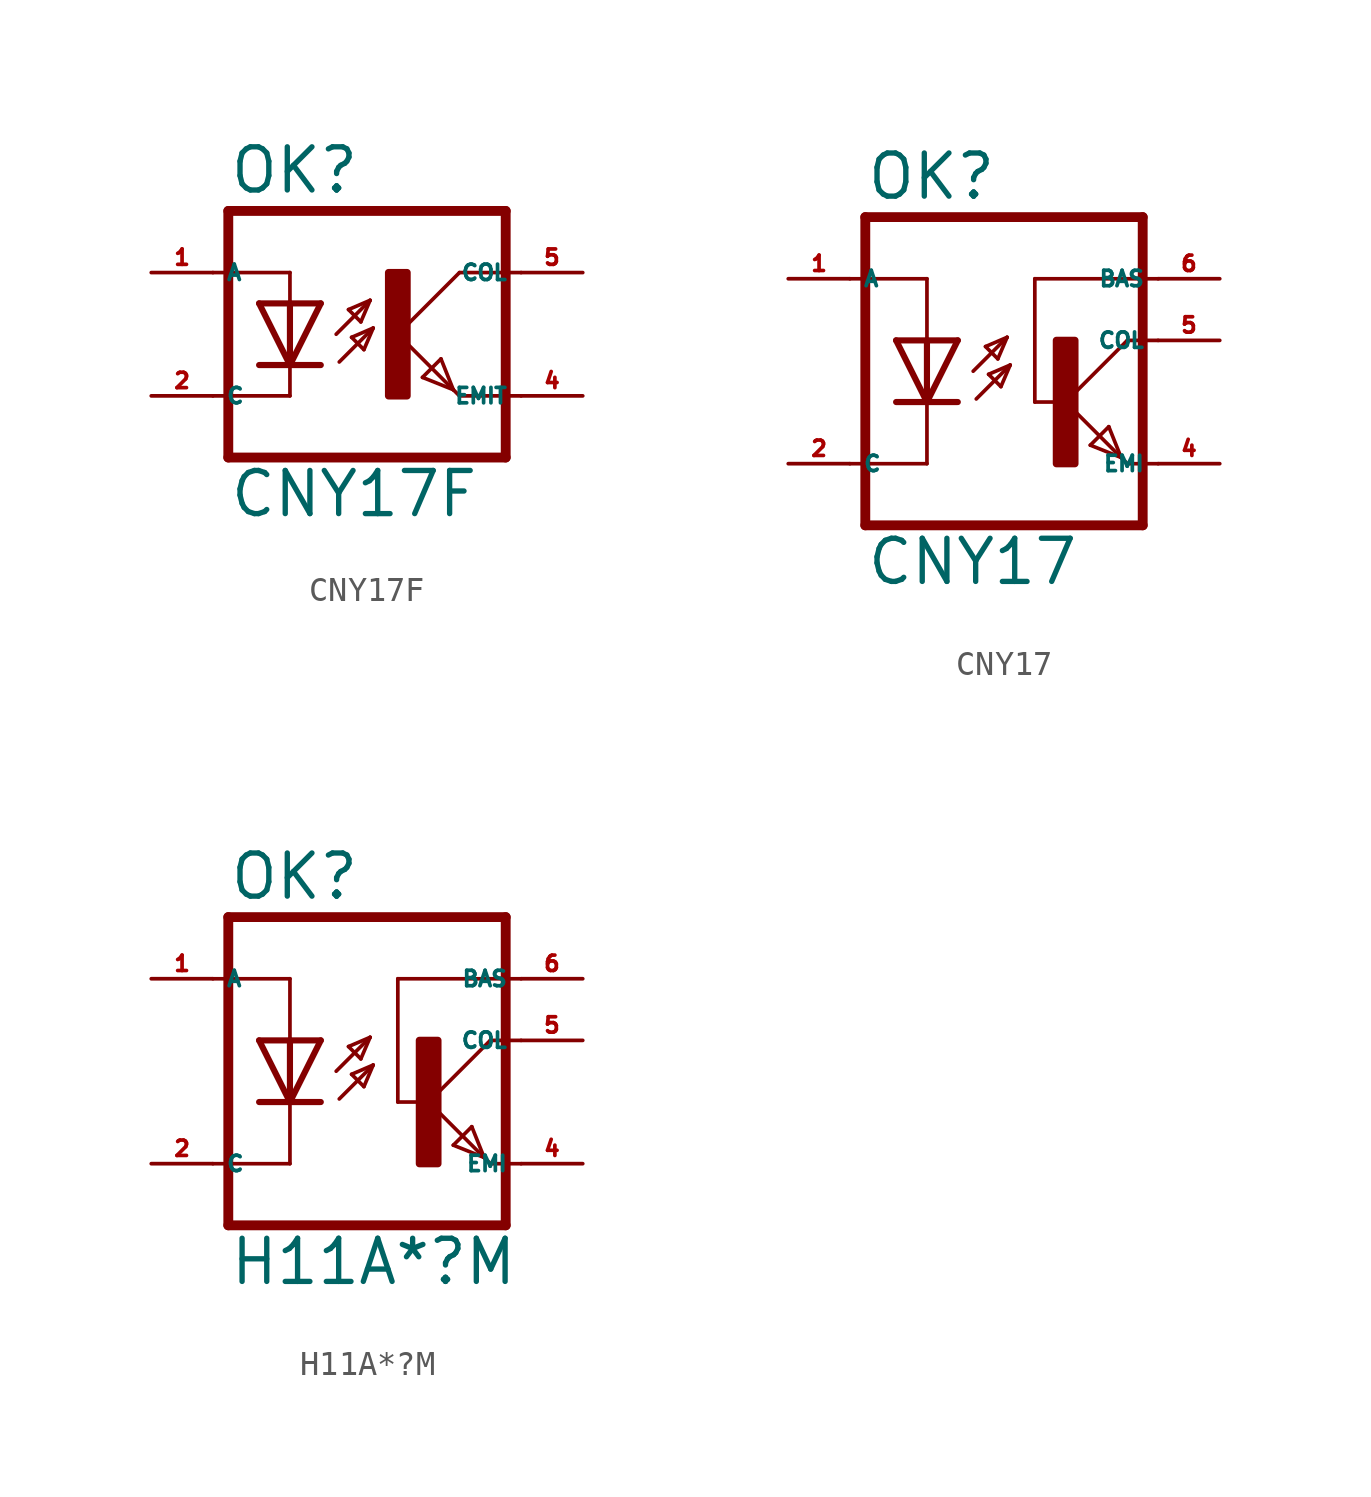
<source format=kicad_sym>
(kicad_symbol_lib
  (version 20220914)
  (generator kicad_symbol_editor)
  (symbol "CNY17F"
    (property "Reference" "OK"
      (at -6.985 5.715 0)
      (effects (font (size 1.778 1.778) (thickness 0.22)) (justify left bottom)))
    (property "Value" "CNY17F"
      (at -6.985 -7.62 0)
      (effects (font (size 1.778 1.778) (thickness 0.22)) (justify left bottom)))
    (symbol "CNY17F_1_1"
      (rectangle (start -0.381 -2.54) (end 0.381 2.54) (stroke (width 0.3) (type default)) (fill (type outline)))
      (polyline (pts (xy -6.985 -5.08) (xy 4.445 -5.08)) (stroke (width 0.406) (type default)) (fill (type none)))
      (polyline (pts (xy -6.985 5.08) (xy -6.985 -5.08)) (stroke (width 0.406) (type default)) (fill (type none)))
      (polyline (pts (xy -6.985 5.08) (xy 4.445 5.08)) (stroke (width 0.406) (type default)) (fill (type none)))
      (polyline (pts (xy -4.445 -2.54) (xy -7.62 -2.54)) (stroke (width 0.152) (type default)) (fill (type none)))
      (polyline (pts (xy -4.445 -1.27) (xy -5.715 -1.27)) (stroke (width 0.254) (type default)) (fill (type none)))
      (polyline (pts (xy -4.445 -1.27) (xy -5.715 1.27)) (stroke (width 0.254) (type default)) (fill (type none)))
      (polyline (pts (xy -4.445 -1.27) (xy -4.445 -2.54)) (stroke (width 0.152) (type default)) (fill (type none)))
      (polyline (pts (xy -4.445 1.27) (xy -5.715 1.27)) (stroke (width 0.254) (type default)) (fill (type none)))
      (polyline (pts (xy -4.445 1.27) (xy -4.445 -1.27)) (stroke (width 0.254) (type default)) (fill (type none)))
      (polyline (pts (xy -4.445 2.54) (xy -7.62 2.54)) (stroke (width 0.152) (type default)) (fill (type none)))
      (polyline (pts (xy -4.445 2.54) (xy -4.445 1.27)) (stroke (width 0.152) (type default)) (fill (type none)))
      (polyline (pts (xy -3.175 -1.27) (xy -4.445 -1.27)) (stroke (width 0.254) (type default)) (fill (type none)))
      (polyline (pts (xy -3.175 1.27) (xy -4.445 -1.27)) (stroke (width 0.254) (type default)) (fill (type none)))
      (polyline (pts (xy -3.175 1.27) (xy -4.445 1.27)) (stroke (width 0.254) (type default)) (fill (type none)))
      (polyline (pts (xy -2.54 0) (xy -1.143 1.397)) (stroke (width 0.152) (type default)) (fill (type none)))
      (polyline (pts (xy -2.413 -1.143) (xy -1.016 0.254)) (stroke (width 0.152) (type default)) (fill (type none)))
      (polyline (pts (xy -2.032 1.016) (xy -1.524 0.508)) (stroke (width 0.152) (type default)) (fill (type none)))
      (polyline (pts (xy -1.905 -0.127) (xy -1.397 -0.635)) (stroke (width 0.152) (type default)) (fill (type none)))
      (polyline (pts (xy -1.524 0.508) (xy -1.143 1.397)) (stroke (width 0.152) (type default)) (fill (type none)))
      (polyline (pts (xy -1.397 -0.635) (xy -1.016 0.254)) (stroke (width 0.152) (type default)) (fill (type none)))
      (polyline (pts (xy -1.143 1.397) (xy -2.032 1.016)) (stroke (width 0.152) (type default)) (fill (type none)))
      (polyline (pts (xy -1.016 0.254) (xy -1.905 -0.127)) (stroke (width 0.152) (type default)) (fill (type none)))
      (polyline (pts (xy 0 0) (xy 2.286 -2.286)) (stroke (width 0.152) (type default)) (fill (type none)))
      (polyline (pts (xy 1.016 -1.778) (xy 1.778 -1.016)) (stroke (width 0.152) (type default)) (fill (type none)))
      (polyline (pts (xy 1.778 -1.016) (xy 2.286 -2.286)) (stroke (width 0.152) (type default)) (fill (type none)))
      (polyline (pts (xy 2.286 -2.286) (xy 1.016 -1.778)) (stroke (width 0.152) (type default)) (fill (type none)))
      (polyline (pts (xy 2.286 -2.286) (xy 2.54 -2.54)) (stroke (width 0.152) (type default)) (fill (type none)))
      (polyline (pts (xy 2.54 -2.54) (xy 5.08 -2.54)) (stroke (width 0.152) (type default)) (fill (type none)))
      (polyline (pts (xy 2.54 2.54) (xy 0 0)) (stroke (width 0.152) (type default)) (fill (type none)))
      (polyline (pts (xy 2.54 2.54) (xy 5.08 2.54)) (stroke (width 0.152) (type default)) (fill (type none)))
      (polyline (pts (xy 4.445 5.08) (xy 4.445 -5.08)) (stroke (width 0.406) (type default)) (fill (type none)))
      (pin passive line (at -10.16 2.54 0) (length 2.54) (name "A" (effects (font (size 0.635 0.635)))) (number "1" (effects (font (size 0.635 0.635)))))
      (pin passive line (at -10.16 -2.54 0) (length 2.54) (name "C" (effects (font (size 0.635 0.635)))) (number "2" (effects (font (size 0.635 0.635)))))
      (pin passive line (at 7.62 -2.54 180) (length 2.54) (name "EMIT" (effects (font (size 0.635 0.635)))) (number "4" (effects (font (size 0.635 0.635)))))
      (pin passive line (at 7.62 2.54 180) (length 2.54) (name "COL" (effects (font (size 0.635 0.635)))) (number "5" (effects (font (size 0.635 0.635)))))))
  (symbol "CNY17"
    (property "Reference" "OK"
      (at -6.985 5.715 0)
      (effects (font (size 1.778 1.778) (thickness 0.22)) (justify left bottom)))
    (property "Value" "CNY17"
      (at -6.985 -10.16 0)
      (effects (font (size 1.778 1.778) (thickness 0.22)) (justify left bottom)))
    (symbol "CNY17_1_1"
      (polyline (pts (xy -7.62 2.54) (xy -4.445 2.54)) (stroke (width 0.152) (type default)) (fill (type none)))
      (polyline (pts (xy -6.985 -7.62) (xy 4.445 -7.62)) (stroke (width 0.406) (type default)) (fill (type none)))
      (polyline (pts (xy -6.985 5.08) (xy -6.985 -7.62)) (stroke (width 0.406) (type default)) (fill (type none)))
      (polyline (pts (xy -6.985 5.08) (xy 4.445 5.08)) (stroke (width 0.406) (type default)) (fill (type none)))
      (polyline (pts (xy -4.445 -5.08) (xy -7.62 -5.08)) (stroke (width 0.152) (type default)) (fill (type none)))
      (polyline (pts (xy -4.445 -2.54) (xy -5.715 -2.54)) (stroke (width 0.254) (type default)) (fill (type none)))
      (polyline (pts (xy -4.445 -2.54) (xy -5.715 0)) (stroke (width 0.254) (type default)) (fill (type none)))
      (polyline (pts (xy -4.445 -2.54) (xy -4.445 -5.08)) (stroke (width 0.152) (type default)) (fill (type none)))
      (polyline (pts (xy -4.445 0) (xy -5.715 0)) (stroke (width 0.254) (type default)) (fill (type none)))
      (polyline (pts (xy -4.445 0) (xy -4.445 -2.54)) (stroke (width 0.254) (type default)) (fill (type none)))
      (polyline (pts (xy -4.445 2.54) (xy -4.445 0)) (stroke (width 0.152) (type default)) (fill (type none)))
      (polyline (pts (xy -3.175 -2.54) (xy -4.445 -2.54)) (stroke (width 0.254) (type default)) (fill (type none)))
      (polyline (pts (xy -3.175 0) (xy -4.445 -2.54)) (stroke (width 0.254) (type default)) (fill (type none)))
      (polyline (pts (xy -3.175 0) (xy -4.445 0)) (stroke (width 0.254) (type default)) (fill (type none)))
      (polyline (pts (xy -2.54 -1.27) (xy -1.143 0.127)) (stroke (width 0.152) (type default)) (fill (type none)))
      (polyline (pts (xy -2.413 -2.413) (xy -1.016 -1.016)) (stroke (width 0.152) (type default)) (fill (type none)))
      (polyline (pts (xy -2.032 -0.254) (xy -1.524 -0.762)) (stroke (width 0.152) (type default)) (fill (type none)))
      (polyline (pts (xy -1.905 -1.397) (xy -1.397 -1.905)) (stroke (width 0.152) (type default)) (fill (type none)))
      (polyline (pts (xy -1.524 -0.762) (xy -1.143 0.127)) (stroke (width 0.152) (type default)) (fill (type none)))
      (polyline (pts (xy -1.397 -1.905) (xy -1.016 -1.016)) (stroke (width 0.152) (type default)) (fill (type none)))
      (polyline (pts (xy -1.143 0.127) (xy -2.032 -0.254)) (stroke (width 0.152) (type default)) (fill (type none)))
      (polyline (pts (xy -1.016 -1.016) (xy -1.905 -1.397)) (stroke (width 0.152) (type default)) (fill (type none)))
      (polyline (pts (xy 0 -2.54) (xy 0 2.54)) (stroke (width 0.152) (type default)) (fill (type none)))
      (polyline (pts (xy 0 -2.54) (xy 1.016 -2.54)) (stroke (width 0.152) (type default)) (fill (type none)))
      (polyline (pts (xy 0 2.54) (xy 5.08 2.54)) (stroke (width 0.152) (type default)) (fill (type none)))
      (polyline (pts (xy 1.27 -2.54) (xy 3.556 -4.826)) (stroke (width 0.152) (type default)) (fill (type none)))
      (polyline (pts (xy 2.286 -4.318) (xy 3.048 -3.556)) (stroke (width 0.152) (type default)) (fill (type none)))
      (polyline (pts (xy 3.048 -3.556) (xy 3.556 -4.826)) (stroke (width 0.152) (type default)) (fill (type none)))
      (polyline (pts (xy 3.556 -4.826) (xy 2.286 -4.318)) (stroke (width 0.152) (type default)) (fill (type none)))
      (polyline (pts (xy 3.556 -4.826) (xy 3.81 -5.08)) (stroke (width 0.152) (type default)) (fill (type none)))
      (polyline (pts (xy 3.81 -5.08) (xy 5.08 -5.08)) (stroke (width 0.152) (type default)) (fill (type none)))
      (polyline (pts (xy 3.81 0) (xy 1.27 -2.54)) (stroke (width 0.152) (type default)) (fill (type none)))
      (polyline (pts (xy 3.81 0) (xy 5.08 0)) (stroke (width 0.152) (type default)) (fill (type none)))
      (polyline (pts (xy 4.445 5.08) (xy 4.445 -7.62)) (stroke (width 0.406) (type default)) (fill (type none)))
      (rectangle (start 0.889 -5.08) (end 1.651 0) (stroke (width 0.3) (type default)) (fill (type outline)))
      (pin passive line (at -10.16 2.54 0) (length 2.54) (name "A" (effects (font (size 0.635 0.635)))) (number "1" (effects (font (size 0.635 0.635)))))
      (pin passive line (at -10.16 -5.08 0) (length 2.54) (name "C" (effects (font (size 0.635 0.635)))) (number "2" (effects (font (size 0.635 0.635)))))
      (pin passive line (at 7.62 -5.08 180) (length 2.54) (name "EMI" (effects (font (size 0.635 0.635)))) (number "4" (effects (font (size 0.635 0.635)))))
      (pin passive line (at 7.62 0 180) (length 2.54) (name "COL" (effects (font (size 0.635 0.635)))) (number "5" (effects (font (size 0.635 0.635)))))
      (pin passive line (at 7.62 2.54 180) (length 2.54) (name "BAS" (effects (font (size 0.635 0.635)))) (number "6" (effects (font (size 0.635 0.635)))))))
  (symbol "H11A*?M"
    (property "Reference" "OK"
      (at -6.985 5.715 0)
      (effects (font (size 1.778 1.778) (thickness 0.22)) (justify left bottom)))
    (property "Value" "H11A*?M"
      (at -6.985 -10.16 0)
      (effects (font (size 1.778 1.778) (thickness 0.22)) (justify left bottom)))
    (symbol "H11A*?M_1_1"
      (polyline (pts (xy -7.62 2.54) (xy -4.445 2.54)) (stroke (width 0.152) (type default)) (fill (type none)))
      (polyline (pts (xy -6.985 -7.62) (xy 4.445 -7.62)) (stroke (width 0.406) (type default)) (fill (type none)))
      (polyline (pts (xy -6.985 5.08) (xy -6.985 -7.62)) (stroke (width 0.406) (type default)) (fill (type none)))
      (polyline (pts (xy -6.985 5.08) (xy 4.445 5.08)) (stroke (width 0.406) (type default)) (fill (type none)))
      (polyline (pts (xy -4.445 -5.08) (xy -7.62 -5.08)) (stroke (width 0.152) (type default)) (fill (type none)))
      (polyline (pts (xy -4.445 -2.54) (xy -5.715 -2.54)) (stroke (width 0.254) (type default)) (fill (type none)))
      (polyline (pts (xy -4.445 -2.54) (xy -5.715 0)) (stroke (width 0.254) (type default)) (fill (type none)))
      (polyline (pts (xy -4.445 -2.54) (xy -4.445 -5.08)) (stroke (width 0.152) (type default)) (fill (type none)))
      (polyline (pts (xy -4.445 0) (xy -5.715 0)) (stroke (width 0.254) (type default)) (fill (type none)))
      (polyline (pts (xy -4.445 0) (xy -4.445 -2.54)) (stroke (width 0.254) (type default)) (fill (type none)))
      (polyline (pts (xy -4.445 2.54) (xy -4.445 0)) (stroke (width 0.152) (type default)) (fill (type none)))
      (polyline (pts (xy -3.175 -2.54) (xy -4.445 -2.54)) (stroke (width 0.254) (type default)) (fill (type none)))
      (polyline (pts (xy -3.175 0) (xy -4.445 -2.54)) (stroke (width 0.254) (type default)) (fill (type none)))
      (polyline (pts (xy -3.175 0) (xy -4.445 0)) (stroke (width 0.254) (type default)) (fill (type none)))
      (polyline (pts (xy -2.54 -1.27) (xy -1.143 0.127)) (stroke (width 0.152) (type default)) (fill (type none)))
      (polyline (pts (xy -2.413 -2.413) (xy -1.016 -1.016)) (stroke (width 0.152) (type default)) (fill (type none)))
      (polyline (pts (xy -2.032 -0.254) (xy -1.524 -0.762)) (stroke (width 0.152) (type default)) (fill (type none)))
      (polyline (pts (xy -1.905 -1.397) (xy -1.397 -1.905)) (stroke (width 0.152) (type default)) (fill (type none)))
      (polyline (pts (xy -1.524 -0.762) (xy -1.143 0.127)) (stroke (width 0.152) (type default)) (fill (type none)))
      (polyline (pts (xy -1.397 -1.905) (xy -1.016 -1.016)) (stroke (width 0.152) (type default)) (fill (type none)))
      (polyline (pts (xy -1.143 0.127) (xy -2.032 -0.254)) (stroke (width 0.152) (type default)) (fill (type none)))
      (polyline (pts (xy -1.016 -1.016) (xy -1.905 -1.397)) (stroke (width 0.152) (type default)) (fill (type none)))
      (polyline (pts (xy 0 -2.54) (xy 0 2.54)) (stroke (width 0.152) (type default)) (fill (type none)))
      (polyline (pts (xy 0 -2.54) (xy 1.016 -2.54)) (stroke (width 0.152) (type default)) (fill (type none)))
      (polyline (pts (xy 0 2.54) (xy 5.08 2.54)) (stroke (width 0.152) (type default)) (fill (type none)))
      (polyline (pts (xy 1.27 -2.54) (xy 3.556 -4.826)) (stroke (width 0.152) (type default)) (fill (type none)))
      (polyline (pts (xy 2.286 -4.318) (xy 3.048 -3.556)) (stroke (width 0.152) (type default)) (fill (type none)))
      (polyline (pts (xy 3.048 -3.556) (xy 3.556 -4.826)) (stroke (width 0.152) (type default)) (fill (type none)))
      (polyline (pts (xy 3.556 -4.826) (xy 2.286 -4.318)) (stroke (width 0.152) (type default)) (fill (type none)))
      (polyline (pts (xy 3.556 -4.826) (xy 3.81 -5.08)) (stroke (width 0.152) (type default)) (fill (type none)))
      (polyline (pts (xy 3.81 -5.08) (xy 5.08 -5.08)) (stroke (width 0.152) (type default)) (fill (type none)))
      (polyline (pts (xy 3.81 0) (xy 1.27 -2.54)) (stroke (width 0.152) (type default)) (fill (type none)))
      (polyline (pts (xy 3.81 0) (xy 5.08 0)) (stroke (width 0.152) (type default)) (fill (type none)))
      (polyline (pts (xy 4.445 5.08) (xy 4.445 -7.62)) (stroke (width 0.406) (type default)) (fill (type none)))
      (rectangle (start 0.889 -5.08) (end 1.651 0) (stroke (width 0.3) (type default)) (fill (type outline)))
      (pin passive line (at -10.16 2.54 0) (length 2.54) (name "A" (effects (font (size 0.635 0.635)))) (number "1" (effects (font (size 0.635 0.635)))))
      (pin passive line (at -10.16 -5.08 0) (length 2.54) (name "C" (effects (font (size 0.635 0.635)))) (number "2" (effects (font (size 0.635 0.635)))))
      (pin passive line (at 7.62 -5.08 180) (length 2.54) (name "EMI" (effects (font (size 0.635 0.635)))) (number "4" (effects (font (size 0.635 0.635)))))
      (pin passive line (at 7.62 0 180) (length 2.54) (name "COL" (effects (font (size 0.635 0.635)))) (number "5" (effects (font (size 0.635 0.635)))))
      (pin passive line (at 7.62 2.54 180) (length 2.54) (name "BAS" (effects (font (size 0.635 0.635)))) (number "6" (effects (font (size 0.635 0.635))))))))
</source>
